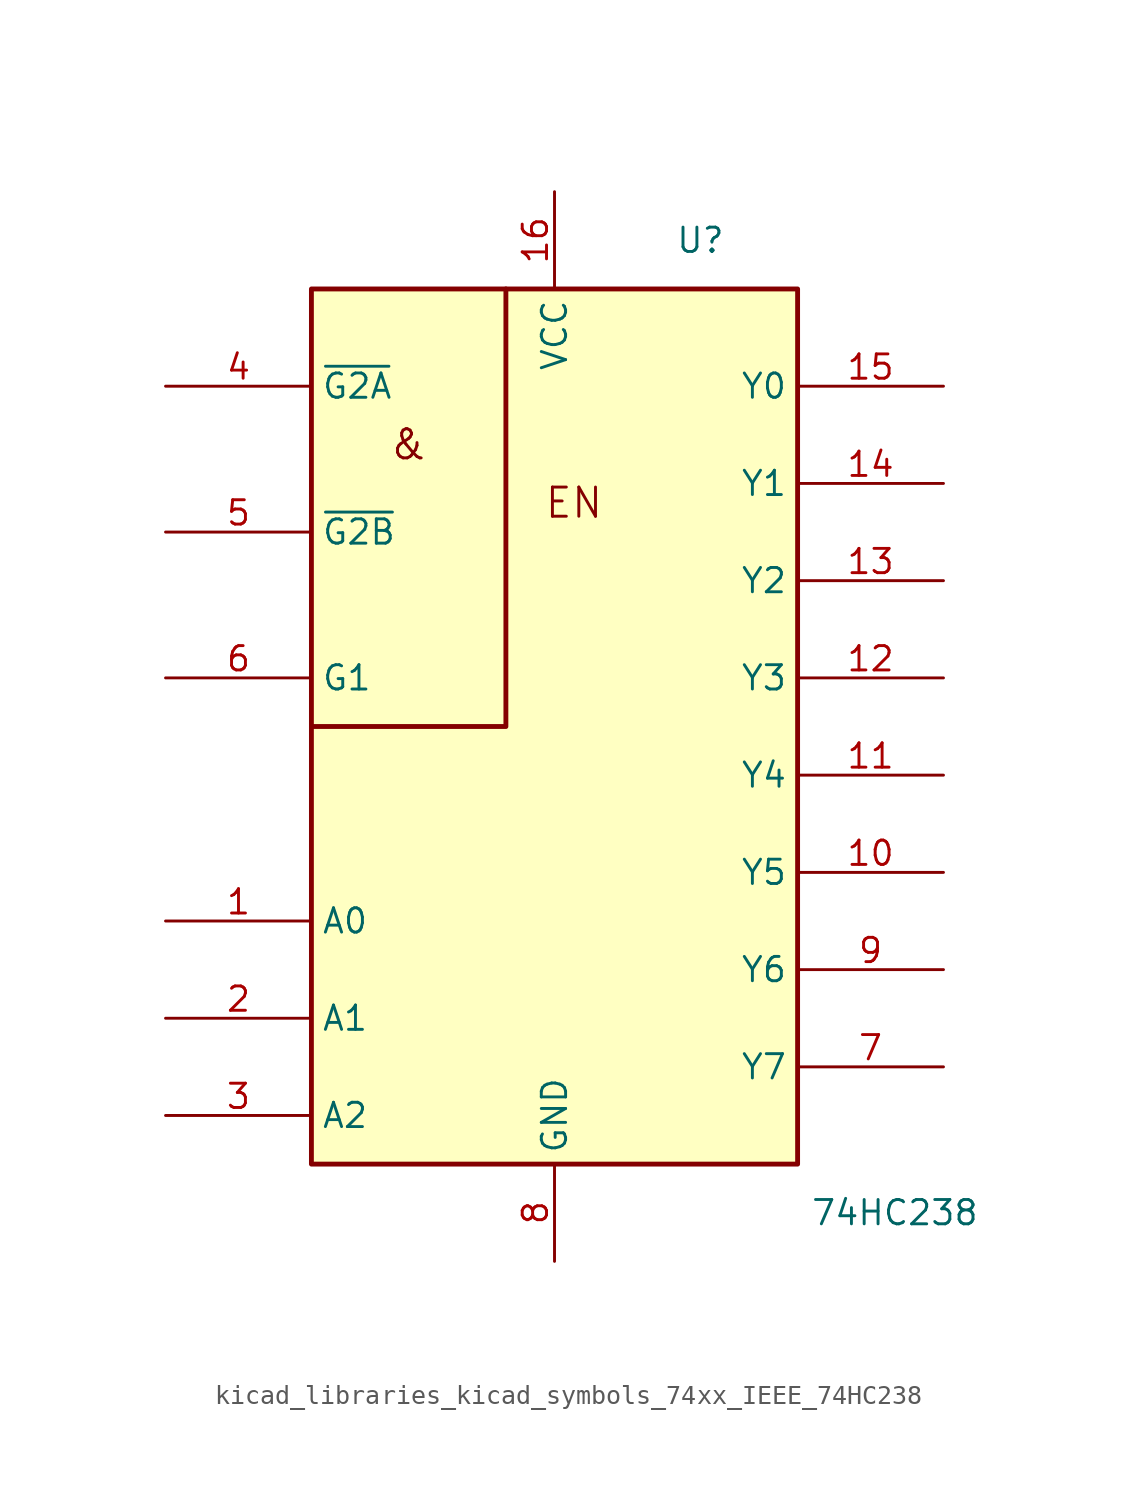
<source format=kicad_sym>
(kicad_symbol_lib
  (version 20220914)
  (generator kicad_symbol_editor)
  (symbol "kicad_libraries_kicad_symbols_74xx_IEEE_74HC238"
    (property "Reference" "U"
      (at 7.62 17.78 0)
      (effects (font (size 1.27 1.27))))
    (property "Value" "74HC238"
      (at 17.78 -33.02 0)
      (effects (font (size 1.27 1.27))))
    (symbol "kicad_libraries_kicad_symbols_74xx_IEEE_74HC238_0_0"
      (text "&" (at -7.62 7.112 0) (effects (font (size 1.524 1.524))))
      (text "EN" (at 1.016 4.064 0) (effects (font (size 1.524 1.524))))
      (pin power_in line (at 0 20.32 270) (length 5.08) (name "VCC" (effects (font (size 1.27 1.27)))) (number "16" (effects (font (size 1.27 1.27))))))
    (symbol "kicad_libraries_kicad_symbols_74xx_IEEE_74HC238_0_1"
      (rectangle (start -12.7 15.24) (end 12.7 -30.48) (stroke (width 0.254) (type default)) (fill (type background)))
      (polyline (pts (xy -2.54 15.24) (xy -2.54 -7.62) (xy -12.7 -7.62) (xy -12.7 -7.62)) (stroke (width 0.254) (type default)) (fill (type background))))
    (symbol "kicad_libraries_kicad_symbols_74xx_IEEE_74HC238_1_1"
      (pin input line (at -20.32 -17.78 0) (length 7.62) (name "A0" (effects (font (size 1.27 1.27)))) (number "1" (effects (font (size 1.27 1.27)))))
      (pin output line (at 20.32 -15.24 180) (length 7.62) (name "Y5" (effects (font (size 1.27 1.27)))) (number "10" (effects (font (size 1.27 1.27)))))
      (pin output line (at 20.32 -10.16 180) (length 7.62) (name "Y4" (effects (font (size 1.27 1.27)))) (number "11" (effects (font (size 1.27 1.27)))))
      (pin output line (at 20.32 -5.08 180) (length 7.62) (name "Y3" (effects (font (size 1.27 1.27)))) (number "12" (effects (font (size 1.27 1.27)))))
      (pin output line (at 20.32 0 180) (length 7.62) (name "Y2" (effects (font (size 1.27 1.27)))) (number "13" (effects (font (size 1.27 1.27)))))
      (pin output line (at 20.32 5.08 180) (length 7.62) (name "Y1" (effects (font (size 1.27 1.27)))) (number "14" (effects (font (size 1.27 1.27)))))
      (pin output line (at 20.32 10.16 180) (length 7.62) (name "Y0" (effects (font (size 1.27 1.27)))) (number "15" (effects (font (size 1.27 1.27)))))
      (pin input line (at -20.32 -22.86 0) (length 7.62) (name "A1" (effects (font (size 1.27 1.27)))) (number "2" (effects (font (size 1.27 1.27)))))
      (pin input line (at -20.32 -27.94 0) (length 7.62) (name "A2" (effects (font (size 1.27 1.27)))) (number "3" (effects (font (size 1.27 1.27)))))
      (pin input line (at -20.32 10.16 0) (length 7.62) (name "~{G2A}" (effects (font (size 1.27 1.27)))) (number "4" (effects (font (size 1.27 1.27)))))
      (pin input line (at -20.32 2.54 0) (length 7.62) (name "~{G2B}" (effects (font (size 1.27 1.27)))) (number "5" (effects (font (size 1.27 1.27)))))
      (pin input line (at -20.32 -5.08 0) (length 7.62) (name "G1" (effects (font (size 1.27 1.27)))) (number "6" (effects (font (size 1.27 1.27)))))
      (pin output line (at 20.32 -25.4 180) (length 7.62) (name "Y7" (effects (font (size 1.27 1.27)))) (number "7" (effects (font (size 1.27 1.27)))))
      (pin power_in line (at 0 -35.56 90) (length 5.08) (name "GND" (effects (font (size 1.27 1.27)))) (number "8" (effects (font (size 1.27 1.27)))))
      (pin output line (at 20.32 -20.32 180) (length 7.62) (name "Y6" (effects (font (size 1.27 1.27)))) (number "9" (effects (font (size 1.27 1.27))))))))
</source>
